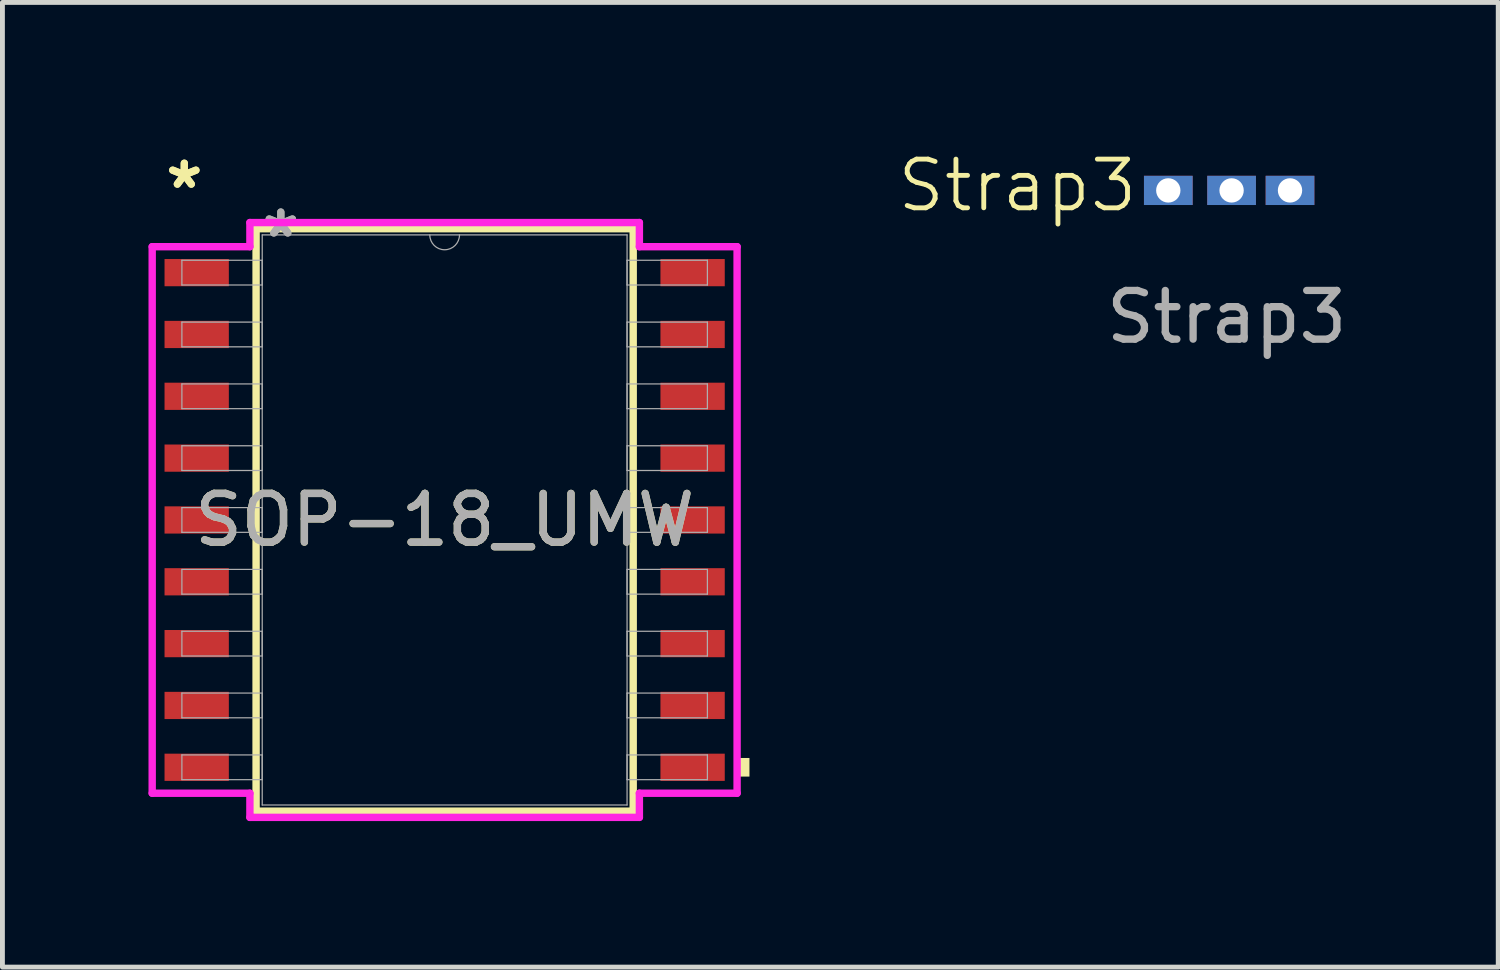
<source format=kicad_pcb>
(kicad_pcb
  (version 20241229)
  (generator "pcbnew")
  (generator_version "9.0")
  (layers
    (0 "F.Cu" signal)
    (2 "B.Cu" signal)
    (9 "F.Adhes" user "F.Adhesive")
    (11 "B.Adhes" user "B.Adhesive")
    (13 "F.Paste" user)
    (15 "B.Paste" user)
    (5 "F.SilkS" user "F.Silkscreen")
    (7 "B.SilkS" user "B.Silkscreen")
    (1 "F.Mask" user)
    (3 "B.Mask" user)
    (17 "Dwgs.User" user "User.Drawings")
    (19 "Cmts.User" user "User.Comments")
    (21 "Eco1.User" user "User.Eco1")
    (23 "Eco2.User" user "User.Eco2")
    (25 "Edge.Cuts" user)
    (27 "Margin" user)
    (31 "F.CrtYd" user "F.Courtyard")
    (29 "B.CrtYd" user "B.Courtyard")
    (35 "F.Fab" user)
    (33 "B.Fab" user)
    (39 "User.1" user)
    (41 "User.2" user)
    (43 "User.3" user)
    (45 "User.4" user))
  (footprint "Strap3"
    (layer "F.Cu")
    (at 22.147 0.961)
    (property "Reference" "Strap3" (at -4.3 -0.2 0) (unlocked yes) (layer "F.SilkS") (effects (font (size 1 1) (thickness 0.1))))
    (attr through_hole)
    (fp_text user "${REFERENCE}" (at 0 2.5 0) (unlocked yes) (layer "F.Fab") (effects (font (size 1 1) (thickness 0.15))))
    (pad "1" thru_hole rect (at -1.2 -0.1) (size 1 0.6) (drill 0.5) (layers "*.Cu" "*.Mask"))
    (pad "2" thru_hole rect (at 0.1 -0.1) (size 1 0.6) (drill 0.5) (layers "*.Cu" "*.Mask"))
    (pad "3" thru_hole rect (at 1.3 -0.1) (size 1 0.6) (drill 0.5) (layers "*.Cu" "*.Mask")))
  (footprint "SOP-18_UMW"
    (layer "F.Cu")
    (at 6.083 7.63)
    (property "Reference" "SOP-18_UMW" (at 0 0 0) (unlocked yes) (layer "F.SilkS") (effects (font (size 1 1) (thickness 0.15))))
    (attr smd)
    (fp_line (start -3.873 -5.982) (end -3.873 5.982) (stroke (width 0.152) (type solid)) (layer "F.SilkS"))
    (fp_line (start -3.873 5.982) (end 3.873 5.982) (stroke (width 0.152) (type solid)) (layer "F.SilkS"))
    (fp_line (start 3.873 -5.982) (end -3.873 -5.982) (stroke (width 0.152) (type solid)) (layer "F.SilkS"))
    (fp_line (start 3.873 5.982) (end 3.873 -5.982) (stroke (width 0.152) (type solid)) (layer "F.SilkS"))
    (fp_poly (pts (xy 6.261 4.889) (xy 6.261 5.271) (xy 6.007 5.271) (xy 6.007 4.889)) (stroke (width 0) (type solid)) (fill yes) (layer "F.SilkS"))
    (fp_line (start -6.007 -5.613) (end -4 -5.613) (stroke (width 0.152) (type solid)) (layer "F.CrtYd"))
    (fp_line (start -6.007 5.613) (end -6.007 -5.613) (stroke (width 0.152) (type solid)) (layer "F.CrtYd"))
    (fp_line (start -6.007 5.613) (end -4 5.613) (stroke (width 0.152) (type solid)) (layer "F.CrtYd"))
    (fp_line (start -4 -6.109) (end 4 -6.109) (stroke (width 0.152) (type solid)) (layer "F.CrtYd"))
    (fp_line (start -4 -5.613) (end -4 -6.109) (stroke (width 0.152) (type solid)) (layer "F.CrtYd"))
    (fp_line (start -4 6.109) (end -4 5.613) (stroke (width 0.152) (type solid)) (layer "F.CrtYd"))
    (fp_line (start 4 -6.109) (end 4 -5.613) (stroke (width 0.152) (type solid)) (layer "F.CrtYd"))
    (fp_line (start 4 5.613) (end 4 6.109) (stroke (width 0.152) (type solid)) (layer "F.CrtYd"))
    (fp_line (start 4 6.109) (end -4 6.109) (stroke (width 0.152) (type solid)) (layer "F.CrtYd"))
    (fp_line (start 6.007 -5.613) (end 4 -5.613) (stroke (width 0.152) (type solid)) (layer "F.CrtYd"))
    (fp_line (start 6.007 -5.613) (end 6.007 5.613) (stroke (width 0.152) (type solid)) (layer "F.CrtYd"))
    (fp_line (start 6.007 5.613) (end 4 5.613) (stroke (width 0.152) (type solid)) (layer "F.CrtYd"))
    (fp_line (start -5.397 -5.334) (end -5.397 -4.826) (stroke (width 0.025) (type solid)) (layer "F.Fab"))
    (fp_line (start -5.397 -4.826) (end -3.747 -4.826) (stroke (width 0.025) (type solid)) (layer "F.Fab"))
    (fp_line (start -5.397 -4.064) (end -5.397 -3.556) (stroke (width 0.025) (type solid)) (layer "F.Fab"))
    (fp_line (start -5.397 -3.556) (end -3.747 -3.556) (stroke (width 0.025) (type solid)) (layer "F.Fab"))
    (fp_line (start -5.397 -2.794) (end -5.397 -2.286) (stroke (width 0.025) (type solid)) (layer "F.Fab"))
    (fp_line (start -5.397 -2.286) (end -3.747 -2.286) (stroke (width 0.025) (type solid)) (layer "F.Fab"))
    (fp_line (start -5.397 -1.524) (end -5.397 -1.016) (stroke (width 0.025) (type solid)) (layer "F.Fab"))
    (fp_line (start -5.397 -1.016) (end -3.747 -1.016) (stroke (width 0.025) (type solid)) (layer "F.Fab"))
    (fp_line (start -5.397 -0.254) (end -5.397 0.254) (stroke (width 0.025) (type solid)) (layer "F.Fab"))
    (fp_line (start -5.397 0.254) (end -3.747 0.254) (stroke (width 0.025) (type solid)) (layer "F.Fab"))
    (fp_line (start -5.397 1.016) (end -5.397 1.524) (stroke (width 0.025) (type solid)) (layer "F.Fab"))
    (fp_line (start -5.397 1.524) (end -3.747 1.524) (stroke (width 0.025) (type solid)) (layer "F.Fab"))
    (fp_line (start -5.397 2.286) (end -5.397 2.794) (stroke (width 0.025) (type solid)) (layer "F.Fab"))
    (fp_line (start -5.397 2.794) (end -3.747 2.794) (stroke (width 0.025) (type solid)) (layer "F.Fab"))
    (fp_line (start -5.397 3.556) (end -5.397 4.064) (stroke (width 0.025) (type solid)) (layer "F.Fab"))
    (fp_line (start -5.397 4.064) (end -3.747 4.064) (stroke (width 0.025) (type solid)) (layer "F.Fab"))
    (fp_line (start -5.397 4.826) (end -5.397 5.334) (stroke (width 0.025) (type solid)) (layer "F.Fab"))
    (fp_line (start -5.397 5.334) (end -3.747 5.334) (stroke (width 0.025) (type solid)) (layer "F.Fab"))
    (fp_line (start -3.747 -5.855) (end -3.747 5.855) (stroke (width 0.025) (type solid)) (layer "F.Fab"))
    (fp_line (start -3.747 -5.334) (end -5.397 -5.334) (stroke (width 0.025) (type solid)) (layer "F.Fab"))
    (fp_line (start -3.747 -4.826) (end -3.747 -5.334) (stroke (width 0.025) (type solid)) (layer "F.Fab"))
    (fp_line (start -3.747 -4.064) (end -5.397 -4.064) (stroke (width 0.025) (type solid)) (layer "F.Fab"))
    (fp_line (start -3.747 -3.556) (end -3.747 -4.064) (stroke (width 0.025) (type solid)) (layer "F.Fab"))
    (fp_line (start -3.747 -2.794) (end -5.397 -2.794) (stroke (width 0.025) (type solid)) (layer "F.Fab"))
    (fp_line (start -3.747 -2.286) (end -3.747 -2.794) (stroke (width 0.025) (type solid)) (layer "F.Fab"))
    (fp_line (start -3.747 -1.524) (end -5.397 -1.524) (stroke (width 0.025) (type solid)) (layer "F.Fab"))
    (fp_line (start -3.747 -1.016) (end -3.747 -1.524) (stroke (width 0.025) (type solid)) (layer "F.Fab"))
    (fp_line (start -3.747 -0.254) (end -5.397 -0.254) (stroke (width 0.025) (type solid)) (layer "F.Fab"))
    (fp_line (start -3.747 0.254) (end -3.747 -0.254) (stroke (width 0.025) (type solid)) (layer "F.Fab"))
    (fp_line (start -3.747 1.016) (end -5.397 1.016) (stroke (width 0.025) (type solid)) (layer "F.Fab"))
    (fp_line (start -3.747 1.524) (end -3.747 1.016) (stroke (width 0.025) (type solid)) (layer "F.Fab"))
    (fp_line (start -3.747 2.286) (end -5.397 2.286) (stroke (width 0.025) (type solid)) (layer "F.Fab"))
    (fp_line (start -3.747 2.794) (end -3.747 2.286) (stroke (width 0.025) (type solid)) (layer "F.Fab"))
    (fp_line (start -3.747 3.556) (end -5.397 3.556) (stroke (width 0.025) (type solid)) (layer "F.Fab"))
    (fp_line (start -3.747 4.064) (end -3.747 3.556) (stroke (width 0.025) (type solid)) (layer "F.Fab"))
    (fp_line (start -3.747 4.826) (end -5.397 4.826) (stroke (width 0.025) (type solid)) (layer "F.Fab"))
    (fp_line (start -3.747 5.334) (end -3.747 4.826) (stroke (width 0.025) (type solid)) (layer "F.Fab"))
    (fp_line (start -3.747 5.855) (end 3.747 5.855) (stroke (width 0.025) (type solid)) (layer "F.Fab"))
    (fp_line (start 3.747 -5.855) (end -3.747 -5.855) (stroke (width 0.025) (type solid)) (layer "F.Fab"))
    (fp_line (start 3.747 -5.334) (end 3.747 -4.826) (stroke (width 0.025) (type solid)) (layer "F.Fab"))
    (fp_line (start 3.747 -4.826) (end 5.397 -4.826) (stroke (width 0.025) (type solid)) (layer "F.Fab"))
    (fp_line (start 3.747 -4.064) (end 3.747 -3.556) (stroke (width 0.025) (type solid)) (layer "F.Fab"))
    (fp_line (start 3.747 -3.556) (end 5.397 -3.556) (stroke (width 0.025) (type solid)) (layer "F.Fab"))
    (fp_line (start 3.747 -2.794) (end 3.747 -2.286) (stroke (width 0.025) (type solid)) (layer "F.Fab"))
    (fp_line (start 3.747 -2.286) (end 5.397 -2.286) (stroke (width 0.025) (type solid)) (layer "F.Fab"))
    (fp_line (start 3.747 -1.524) (end 3.747 -1.016) (stroke (width 0.025) (type solid)) (layer "F.Fab"))
    (fp_line (start 3.747 -1.016) (end 5.397 -1.016) (stroke (width 0.025) (type solid)) (layer "F.Fab"))
    (fp_line (start 3.747 -0.254) (end 3.747 0.254) (stroke (width 0.025) (type solid)) (layer "F.Fab"))
    (fp_line (start 3.747 0.254) (end 5.397 0.254) (stroke (width 0.025) (type solid)) (layer "F.Fab"))
    (fp_line (start 3.747 1.016) (end 3.747 1.524) (stroke (width 0.025) (type solid)) (layer "F.Fab"))
    (fp_line (start 3.747 1.524) (end 5.397 1.524) (stroke (width 0.025) (type solid)) (layer "F.Fab"))
    (fp_line (start 3.747 2.286) (end 3.747 2.794) (stroke (width 0.025) (type solid)) (layer "F.Fab"))
    (fp_line (start 3.747 2.794) (end 5.397 2.794) (stroke (width 0.025) (type solid)) (layer "F.Fab"))
    (fp_line (start 3.747 3.556) (end 3.747 4.064) (stroke (width 0.025) (type solid)) (layer "F.Fab"))
    (fp_line (start 3.747 4.064) (end 5.397 4.064) (stroke (width 0.025) (type solid)) (layer "F.Fab"))
    (fp_line (start 3.747 4.826) (end 3.747 5.334) (stroke (width 0.025) (type solid)) (layer "F.Fab"))
    (fp_line (start 3.747 5.334) (end 5.397 5.334) (stroke (width 0.025) (type solid)) (layer "F.Fab"))
    (fp_line (start 3.747 5.855) (end 3.747 -5.855) (stroke (width 0.025) (type solid)) (layer "F.Fab"))
    (fp_line (start 5.397 -5.334) (end 3.747 -5.334) (stroke (width 0.025) (type solid)) (layer "F.Fab"))
    (fp_line (start 5.397 -4.826) (end 5.397 -5.334) (stroke (width 0.025) (type solid)) (layer "F.Fab"))
    (fp_line (start 5.397 -4.064) (end 3.747 -4.064) (stroke (width 0.025) (type solid)) (layer "F.Fab"))
    (fp_line (start 5.397 -3.556) (end 5.397 -4.064) (stroke (width 0.025) (type solid)) (layer "F.Fab"))
    (fp_line (start 5.397 -2.794) (end 3.747 -2.794) (stroke (width 0.025) (type solid)) (layer "F.Fab"))
    (fp_line (start 5.397 -2.286) (end 5.397 -2.794) (stroke (width 0.025) (type solid)) (layer "F.Fab"))
    (fp_line (start 5.397 -1.524) (end 3.747 -1.524) (stroke (width 0.025) (type solid)) (layer "F.Fab"))
    (fp_line (start 5.397 -1.016) (end 5.397 -1.524) (stroke (width 0.025) (type solid)) (layer "F.Fab"))
    (fp_line (start 5.397 -0.254) (end 3.747 -0.254) (stroke (width 0.025) (type solid)) (layer "F.Fab"))
    (fp_line (start 5.397 0.254) (end 5.397 -0.254) (stroke (width 0.025) (type solid)) (layer "F.Fab"))
    (fp_line (start 5.397 1.016) (end 3.747 1.016) (stroke (width 0.025) (type solid)) (layer "F.Fab"))
    (fp_line (start 5.397 1.524) (end 5.397 1.016) (stroke (width 0.025) (type solid)) (layer "F.Fab"))
    (fp_line (start 5.397 2.286) (end 3.747 2.286) (stroke (width 0.025) (type solid)) (layer "F.Fab"))
    (fp_line (start 5.397 2.794) (end 5.397 2.286) (stroke (width 0.025) (type solid)) (layer "F.Fab"))
    (fp_line (start 5.397 3.556) (end 3.747 3.556) (stroke (width 0.025) (type solid)) (layer "F.Fab"))
    (fp_line (start 5.397 4.064) (end 5.397 3.556) (stroke (width 0.025) (type solid)) (layer "F.Fab"))
    (fp_line (start 5.397 4.826) (end 3.747 4.826) (stroke (width 0.025) (type solid)) (layer "F.Fab"))
    (fp_line (start 5.397 5.334) (end 5.397 4.826) (stroke (width 0.025) (type solid)) (layer "F.Fab"))
    (fp_arc (start 0.3048 -5.8547) (mid 0 -5.5499) (end -0.3048 -5.8547) (stroke (width 0.0254) (type solid)) (layer "F.Fab"))
    (fp_text user "*" (at -5.347 -6.782 0) (unlocked yes) (layer "F.SilkS") (effects (font (size 1 1) (thickness 0.15))))
    (fp_text user "*" (at -5.347 -6.782 0) (layer "F.SilkS") (effects (font (size 1 1) (thickness 0.15))))
    (fp_text user "*" (at -3.365 -5.779 0) (layer "F.Fab") (effects (font (size 1 1) (thickness 0.15))))
    (fp_text user "*" (at -3.365 -5.779 0) (unlocked yes) (layer "F.Fab") (effects (font (size 1 1) (thickness 0.15))))
    (fp_text user "${REFERENCE}" (at 0 0 0) (unlocked yes) (layer "F.Fab") (effects (font (size 1 1) (thickness 0.15))))
    (pad "1" smd rect (at -5.093 -5.08) (size 1.321 0.559) (layers "F.Cu" "F.Mask" "F.Paste"))
    (pad "2" smd rect (at -5.093 -3.81) (size 1.321 0.559) (layers "F.Cu" "F.Mask" "F.Paste"))
    (pad "3" smd rect (at -5.093 -2.54) (size 1.321 0.559) (layers "F.Cu" "F.Mask" "F.Paste"))
    (pad "4" smd rect (at -5.093 -1.27) (size 1.321 0.559) (layers "F.Cu" "F.Mask" "F.Paste"))
    (pad "5" smd rect (at -5.093 0) (size 1.321 0.559) (layers "F.Cu" "F.Mask" "F.Paste"))
    (pad "6" smd rect (at -5.093 1.27) (size 1.321 0.559) (layers "F.Cu" "F.Mask" "F.Paste"))
    (pad "7" smd rect (at -5.093 2.54) (size 1.321 0.559) (layers "F.Cu" "F.Mask" "F.Paste"))
    (pad "8" smd rect (at -5.093 3.81) (size 1.321 0.559) (layers "F.Cu" "F.Mask" "F.Paste"))
    (pad "9" smd rect (at -5.093 5.08) (size 1.321 0.559) (layers "F.Cu" "F.Mask" "F.Paste"))
    (pad "10" smd rect (at 5.093 5.08) (size 1.321 0.559) (layers "F.Cu" "F.Mask" "F.Paste"))
    (pad "11" smd rect (at 5.093 3.81) (size 1.321 0.559) (layers "F.Cu" "F.Mask" "F.Paste"))
    (pad "12" smd rect (at 5.093 2.54) (size 1.321 0.559) (layers "F.Cu" "F.Mask" "F.Paste"))
    (pad "13" smd rect (at 5.093 1.27) (size 1.321 0.559) (layers "F.Cu" "F.Mask" "F.Paste"))
    (pad "14" smd rect (at 5.093 0) (size 1.321 0.559) (layers "F.Cu" "F.Mask" "F.Paste"))
    (pad "15" smd rect (at 5.093 -1.27) (size 1.321 0.559) (layers "F.Cu" "F.Mask" "F.Paste"))
    (pad "16" smd rect (at 5.093 -2.54) (size 1.321 0.559) (layers "F.Cu" "F.Mask" "F.Paste"))
    (pad "17" smd rect (at 5.093 -3.81) (size 1.321 0.559) (layers "F.Cu" "F.Mask" "F.Paste"))
    (pad "18" smd rect (at 5.093 -5.08) (size 1.321 0.559) (layers "F.Cu" "F.Mask" "F.Paste")))
  (gr_rect
    (start -3 -3)
    (end 27.724 16.815)
    (stroke (width 0.1) (type default))
    (fill no)
    (layer "Edge.Cuts")))
</source>
